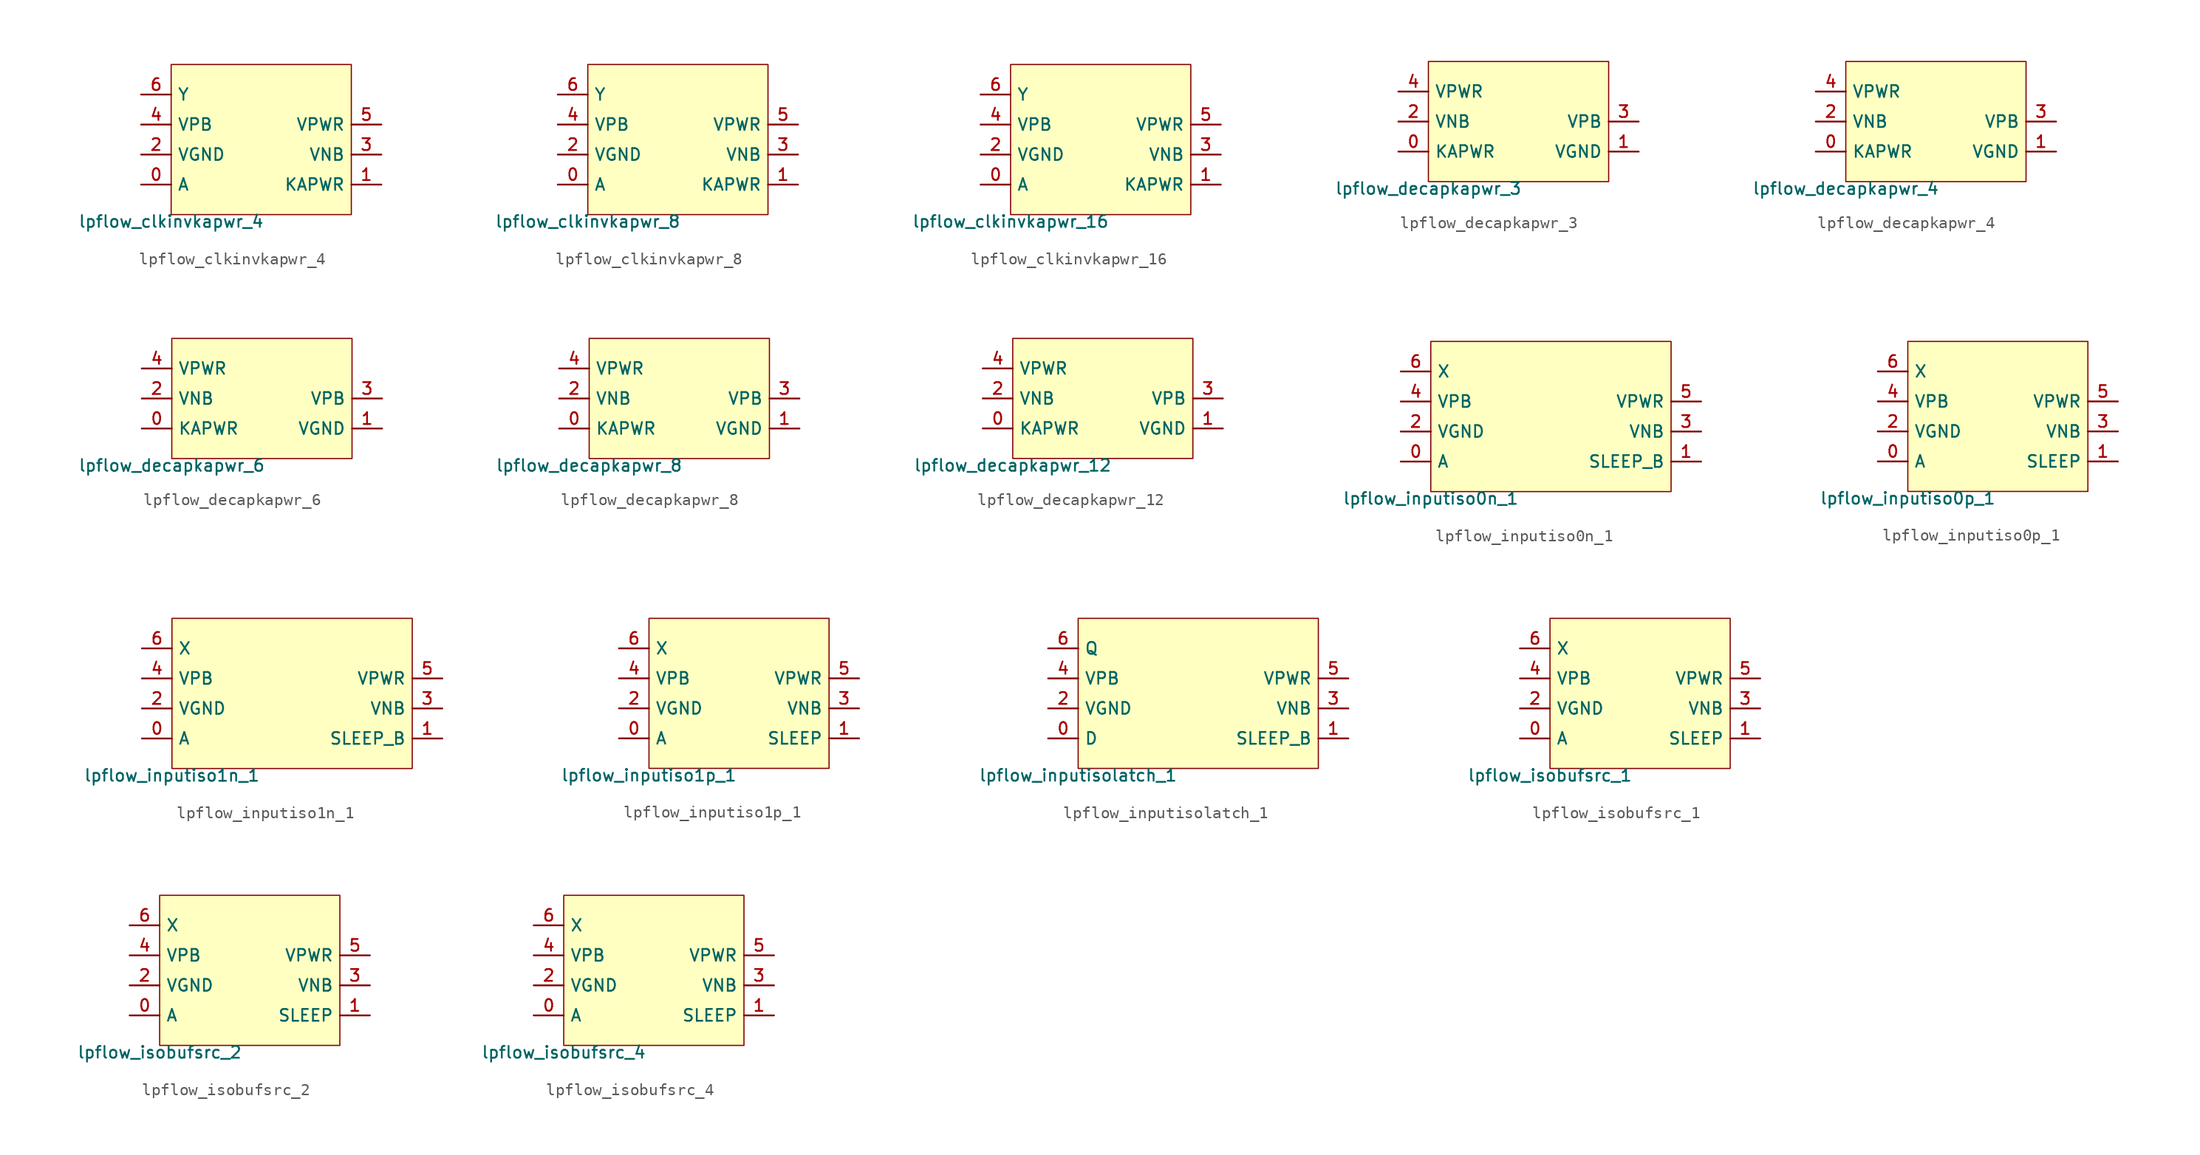
<source format=kicad_sym>
(kicad_symbol_lib
  (version 20211014)
  (generator pdk2kicad)
  (symbol "lpflow_clkinvkapwr_4"
    (property "Reference" "X"
      (at 0 0 0)
      (effects (font (size 1 1)) hide))
    (property "Value" "lpflow_clkinvkapwr_4"
      (at -7.62 -6.35 0)
      (effects (font (size 1 1)) (justify top)))
    (rectangle
      (start -7.62 -6.35)
      (end 7.62 6.35)
      (stroke (width 0.1) (type solid) (color 0 0 0 0))
      (fill (type background)))
    (pin bidirectional line
      (at -10.16 -3.81 0)
      (length 2.54)
      (name "A" (effects (font (size 1 1)) hide))
      (number "0" (effects (font (size 1 1)) hide)))
    (pin bidirectional line
      (at 10.16 -3.81 180)
      (length 2.54)
      (name "KAPWR" (effects (font (size 1 1)) hide))
      (number "1" (effects (font (size 1 1)) hide)))
    (pin bidirectional line
      (at -10.16 -1.27 0)
      (length 2.54)
      (name "VGND" (effects (font (size 1 1)) hide))
      (number "2" (effects (font (size 1 1)) hide)))
    (pin bidirectional line
      (at 10.16 -1.27 180)
      (length 2.54)
      (name "VNB" (effects (font (size 1 1)) hide))
      (number "3" (effects (font (size 1 1)) hide)))
    (pin bidirectional line
      (at -10.16 1.27 0)
      (length 2.54)
      (name "VPB" (effects (font (size 1 1)) hide))
      (number "4" (effects (font (size 1 1)) hide)))
    (pin bidirectional line
      (at 10.16 1.27 180)
      (length 2.54)
      (name "VPWR" (effects (font (size 1 1)) hide))
      (number "5" (effects (font (size 1 1)) hide)))
    (pin bidirectional line
      (at -10.16 3.81 0)
      (length 2.54)
      (name "Y" (effects (font (size 1 1)) hide))
      (number "6" (effects (font (size 1 1)) hide))))
  (symbol "lpflow_clkinvkapwr_8"
    (property "Reference" "X"
      (at 0 0 0)
      (effects (font (size 1 1)) hide))
    (property "Value" "lpflow_clkinvkapwr_8"
      (at -7.62 -6.35 0)
      (effects (font (size 1 1)) (justify top)))
    (rectangle
      (start -7.62 -6.35)
      (end 7.62 6.35)
      (stroke (width 0.1) (type solid) (color 0 0 0 0))
      (fill (type background)))
    (pin bidirectional line
      (at -10.16 -3.81 0)
      (length 2.54)
      (name "A" (effects (font (size 1 1)) hide))
      (number "0" (effects (font (size 1 1)) hide)))
    (pin bidirectional line
      (at 10.16 -3.81 180)
      (length 2.54)
      (name "KAPWR" (effects (font (size 1 1)) hide))
      (number "1" (effects (font (size 1 1)) hide)))
    (pin bidirectional line
      (at -10.16 -1.27 0)
      (length 2.54)
      (name "VGND" (effects (font (size 1 1)) hide))
      (number "2" (effects (font (size 1 1)) hide)))
    (pin bidirectional line
      (at 10.16 -1.27 180)
      (length 2.54)
      (name "VNB" (effects (font (size 1 1)) hide))
      (number "3" (effects (font (size 1 1)) hide)))
    (pin bidirectional line
      (at -10.16 1.27 0)
      (length 2.54)
      (name "VPB" (effects (font (size 1 1)) hide))
      (number "4" (effects (font (size 1 1)) hide)))
    (pin bidirectional line
      (at 10.16 1.27 180)
      (length 2.54)
      (name "VPWR" (effects (font (size 1 1)) hide))
      (number "5" (effects (font (size 1 1)) hide)))
    (pin bidirectional line
      (at -10.16 3.81 0)
      (length 2.54)
      (name "Y" (effects (font (size 1 1)) hide))
      (number "6" (effects (font (size 1 1)) hide))))
  (symbol "lpflow_clkinvkapwr_16"
    (property "Reference" "X"
      (at 0 0 0)
      (effects (font (size 1 1)) hide))
    (property "Value" "lpflow_clkinvkapwr_16"
      (at -7.62 -6.35 0)
      (effects (font (size 1 1)) (justify top)))
    (rectangle
      (start -7.62 -6.35)
      (end 7.62 6.35)
      (stroke (width 0.1) (type solid) (color 0 0 0 0))
      (fill (type background)))
    (pin bidirectional line
      (at -10.16 -3.81 0)
      (length 2.54)
      (name "A" (effects (font (size 1 1)) hide))
      (number "0" (effects (font (size 1 1)) hide)))
    (pin bidirectional line
      (at 10.16 -3.81 180)
      (length 2.54)
      (name "KAPWR" (effects (font (size 1 1)) hide))
      (number "1" (effects (font (size 1 1)) hide)))
    (pin bidirectional line
      (at -10.16 -1.27 0)
      (length 2.54)
      (name "VGND" (effects (font (size 1 1)) hide))
      (number "2" (effects (font (size 1 1)) hide)))
    (pin bidirectional line
      (at 10.16 -1.27 180)
      (length 2.54)
      (name "VNB" (effects (font (size 1 1)) hide))
      (number "3" (effects (font (size 1 1)) hide)))
    (pin bidirectional line
      (at -10.16 1.27 0)
      (length 2.54)
      (name "VPB" (effects (font (size 1 1)) hide))
      (number "4" (effects (font (size 1 1)) hide)))
    (pin bidirectional line
      (at 10.16 1.27 180)
      (length 2.54)
      (name "VPWR" (effects (font (size 1 1)) hide))
      (number "5" (effects (font (size 1 1)) hide)))
    (pin bidirectional line
      (at -10.16 3.81 0)
      (length 2.54)
      (name "Y" (effects (font (size 1 1)) hide))
      (number "6" (effects (font (size 1 1)) hide))))
  (symbol "lpflow_decapkapwr_3"
    (property "Reference" "X"
      (at 0 0 0)
      (effects (font (size 1 1)) hide))
    (property "Value" "lpflow_decapkapwr_3"
      (at -7.62 -5.08 0)
      (effects (font (size 1 1)) (justify top)))
    (rectangle
      (start -7.62 -5.08)
      (end 7.62 5.08)
      (stroke (width 0.1) (type solid) (color 0 0 0 0))
      (fill (type background)))
    (pin bidirectional line
      (at -10.16 -2.54 0)
      (length 2.54)
      (name "KAPWR" (effects (font (size 1 1)) hide))
      (number "0" (effects (font (size 1 1)) hide)))
    (pin bidirectional line
      (at 10.16 -2.54 180)
      (length 2.54)
      (name "VGND" (effects (font (size 1 1)) hide))
      (number "1" (effects (font (size 1 1)) hide)))
    (pin bidirectional line
      (at -10.16 0.0 0)
      (length 2.54)
      (name "VNB" (effects (font (size 1 1)) hide))
      (number "2" (effects (font (size 1 1)) hide)))
    (pin bidirectional line
      (at 10.16 0.0 180)
      (length 2.54)
      (name "VPB" (effects (font (size 1 1)) hide))
      (number "3" (effects (font (size 1 1)) hide)))
    (pin bidirectional line
      (at -10.16 2.54 0)
      (length 2.54)
      (name "VPWR" (effects (font (size 1 1)) hide))
      (number "4" (effects (font (size 1 1)) hide))))
  (symbol "lpflow_decapkapwr_4"
    (property "Reference" "X"
      (at 0 0 0)
      (effects (font (size 1 1)) hide))
    (property "Value" "lpflow_decapkapwr_4"
      (at -7.62 -5.08 0)
      (effects (font (size 1 1)) (justify top)))
    (rectangle
      (start -7.62 -5.08)
      (end 7.62 5.08)
      (stroke (width 0.1) (type solid) (color 0 0 0 0))
      (fill (type background)))
    (pin bidirectional line
      (at -10.16 -2.54 0)
      (length 2.54)
      (name "KAPWR" (effects (font (size 1 1)) hide))
      (number "0" (effects (font (size 1 1)) hide)))
    (pin bidirectional line
      (at 10.16 -2.54 180)
      (length 2.54)
      (name "VGND" (effects (font (size 1 1)) hide))
      (number "1" (effects (font (size 1 1)) hide)))
    (pin bidirectional line
      (at -10.16 0.0 0)
      (length 2.54)
      (name "VNB" (effects (font (size 1 1)) hide))
      (number "2" (effects (font (size 1 1)) hide)))
    (pin bidirectional line
      (at 10.16 0.0 180)
      (length 2.54)
      (name "VPB" (effects (font (size 1 1)) hide))
      (number "3" (effects (font (size 1 1)) hide)))
    (pin bidirectional line
      (at -10.16 2.54 0)
      (length 2.54)
      (name "VPWR" (effects (font (size 1 1)) hide))
      (number "4" (effects (font (size 1 1)) hide))))
  (symbol "lpflow_decapkapwr_6"
    (property "Reference" "X"
      (at 0 0 0)
      (effects (font (size 1 1)) hide))
    (property "Value" "lpflow_decapkapwr_6"
      (at -7.62 -5.08 0)
      (effects (font (size 1 1)) (justify top)))
    (rectangle
      (start -7.62 -5.08)
      (end 7.62 5.08)
      (stroke (width 0.1) (type solid) (color 0 0 0 0))
      (fill (type background)))
    (pin bidirectional line
      (at -10.16 -2.54 0)
      (length 2.54)
      (name "KAPWR" (effects (font (size 1 1)) hide))
      (number "0" (effects (font (size 1 1)) hide)))
    (pin bidirectional line
      (at 10.16 -2.54 180)
      (length 2.54)
      (name "VGND" (effects (font (size 1 1)) hide))
      (number "1" (effects (font (size 1 1)) hide)))
    (pin bidirectional line
      (at -10.16 0.0 0)
      (length 2.54)
      (name "VNB" (effects (font (size 1 1)) hide))
      (number "2" (effects (font (size 1 1)) hide)))
    (pin bidirectional line
      (at 10.16 0.0 180)
      (length 2.54)
      (name "VPB" (effects (font (size 1 1)) hide))
      (number "3" (effects (font (size 1 1)) hide)))
    (pin bidirectional line
      (at -10.16 2.54 0)
      (length 2.54)
      (name "VPWR" (effects (font (size 1 1)) hide))
      (number "4" (effects (font (size 1 1)) hide))))
  (symbol "lpflow_decapkapwr_8"
    (property "Reference" "X"
      (at 0 0 0)
      (effects (font (size 1 1)) hide))
    (property "Value" "lpflow_decapkapwr_8"
      (at -7.62 -5.08 0)
      (effects (font (size 1 1)) (justify top)))
    (rectangle
      (start -7.62 -5.08)
      (end 7.62 5.08)
      (stroke (width 0.1) (type solid) (color 0 0 0 0))
      (fill (type background)))
    (pin bidirectional line
      (at -10.16 -2.54 0)
      (length 2.54)
      (name "KAPWR" (effects (font (size 1 1)) hide))
      (number "0" (effects (font (size 1 1)) hide)))
    (pin bidirectional line
      (at 10.16 -2.54 180)
      (length 2.54)
      (name "VGND" (effects (font (size 1 1)) hide))
      (number "1" (effects (font (size 1 1)) hide)))
    (pin bidirectional line
      (at -10.16 0.0 0)
      (length 2.54)
      (name "VNB" (effects (font (size 1 1)) hide))
      (number "2" (effects (font (size 1 1)) hide)))
    (pin bidirectional line
      (at 10.16 0.0 180)
      (length 2.54)
      (name "VPB" (effects (font (size 1 1)) hide))
      (number "3" (effects (font (size 1 1)) hide)))
    (pin bidirectional line
      (at -10.16 2.54 0)
      (length 2.54)
      (name "VPWR" (effects (font (size 1 1)) hide))
      (number "4" (effects (font (size 1 1)) hide))))
  (symbol "lpflow_decapkapwr_12"
    (property "Reference" "X"
      (at 0 0 0)
      (effects (font (size 1 1)) hide))
    (property "Value" "lpflow_decapkapwr_12"
      (at -7.62 -5.08 0)
      (effects (font (size 1 1)) (justify top)))
    (rectangle
      (start -7.62 -5.08)
      (end 7.62 5.08)
      (stroke (width 0.1) (type solid) (color 0 0 0 0))
      (fill (type background)))
    (pin bidirectional line
      (at -10.16 -2.54 0)
      (length 2.54)
      (name "KAPWR" (effects (font (size 1 1)) hide))
      (number "0" (effects (font (size 1 1)) hide)))
    (pin bidirectional line
      (at 10.16 -2.54 180)
      (length 2.54)
      (name "VGND" (effects (font (size 1 1)) hide))
      (number "1" (effects (font (size 1 1)) hide)))
    (pin bidirectional line
      (at -10.16 0.0 0)
      (length 2.54)
      (name "VNB" (effects (font (size 1 1)) hide))
      (number "2" (effects (font (size 1 1)) hide)))
    (pin bidirectional line
      (at 10.16 0.0 180)
      (length 2.54)
      (name "VPB" (effects (font (size 1 1)) hide))
      (number "3" (effects (font (size 1 1)) hide)))
    (pin bidirectional line
      (at -10.16 2.54 0)
      (length 2.54)
      (name "VPWR" (effects (font (size 1 1)) hide))
      (number "4" (effects (font (size 1 1)) hide))))
  (symbol "lpflow_inputiso0n_1"
    (property "Reference" "X"
      (at 0 0 0)
      (effects (font (size 1 1)) hide))
    (property "Value" "lpflow_inputiso0n_1"
      (at -10.16 -6.35 0)
      (effects (font (size 1 1)) (justify top)))
    (rectangle
      (start -10.16 -6.35)
      (end 10.16 6.35)
      (stroke (width 0.1) (type solid) (color 0 0 0 0))
      (fill (type background)))
    (pin bidirectional line
      (at -12.7 -3.81 0)
      (length 2.54)
      (name "A" (effects (font (size 1 1)) hide))
      (number "0" (effects (font (size 1 1)) hide)))
    (pin bidirectional line
      (at 12.7 -3.81 180)
      (length 2.54)
      (name "SLEEP_B" (effects (font (size 1 1)) hide))
      (number "1" (effects (font (size 1 1)) hide)))
    (pin bidirectional line
      (at -12.7 -1.27 0)
      (length 2.54)
      (name "VGND" (effects (font (size 1 1)) hide))
      (number "2" (effects (font (size 1 1)) hide)))
    (pin bidirectional line
      (at 12.7 -1.27 180)
      (length 2.54)
      (name "VNB" (effects (font (size 1 1)) hide))
      (number "3" (effects (font (size 1 1)) hide)))
    (pin bidirectional line
      (at -12.7 1.27 0)
      (length 2.54)
      (name "VPB" (effects (font (size 1 1)) hide))
      (number "4" (effects (font (size 1 1)) hide)))
    (pin bidirectional line
      (at 12.7 1.27 180)
      (length 2.54)
      (name "VPWR" (effects (font (size 1 1)) hide))
      (number "5" (effects (font (size 1 1)) hide)))
    (pin bidirectional line
      (at -12.7 3.81 0)
      (length 2.54)
      (name "X" (effects (font (size 1 1)) hide))
      (number "6" (effects (font (size 1 1)) hide))))
  (symbol "lpflow_inputiso0p_1"
    (property "Reference" "X"
      (at 0 0 0)
      (effects (font (size 1 1)) hide))
    (property "Value" "lpflow_inputiso0p_1"
      (at -7.62 -6.35 0)
      (effects (font (size 1 1)) (justify top)))
    (rectangle
      (start -7.62 -6.35)
      (end 7.62 6.35)
      (stroke (width 0.1) (type solid) (color 0 0 0 0))
      (fill (type background)))
    (pin bidirectional line
      (at -10.16 -3.81 0)
      (length 2.54)
      (name "A" (effects (font (size 1 1)) hide))
      (number "0" (effects (font (size 1 1)) hide)))
    (pin bidirectional line
      (at 10.16 -3.81 180)
      (length 2.54)
      (name "SLEEP" (effects (font (size 1 1)) hide))
      (number "1" (effects (font (size 1 1)) hide)))
    (pin bidirectional line
      (at -10.16 -1.27 0)
      (length 2.54)
      (name "VGND" (effects (font (size 1 1)) hide))
      (number "2" (effects (font (size 1 1)) hide)))
    (pin bidirectional line
      (at 10.16 -1.27 180)
      (length 2.54)
      (name "VNB" (effects (font (size 1 1)) hide))
      (number "3" (effects (font (size 1 1)) hide)))
    (pin bidirectional line
      (at -10.16 1.27 0)
      (length 2.54)
      (name "VPB" (effects (font (size 1 1)) hide))
      (number "4" (effects (font (size 1 1)) hide)))
    (pin bidirectional line
      (at 10.16 1.27 180)
      (length 2.54)
      (name "VPWR" (effects (font (size 1 1)) hide))
      (number "5" (effects (font (size 1 1)) hide)))
    (pin bidirectional line
      (at -10.16 3.81 0)
      (length 2.54)
      (name "X" (effects (font (size 1 1)) hide))
      (number "6" (effects (font (size 1 1)) hide))))
  (symbol "lpflow_inputiso1n_1"
    (property "Reference" "X"
      (at 0 0 0)
      (effects (font (size 1 1)) hide))
    (property "Value" "lpflow_inputiso1n_1"
      (at -10.16 -6.35 0)
      (effects (font (size 1 1)) (justify top)))
    (rectangle
      (start -10.16 -6.35)
      (end 10.16 6.35)
      (stroke (width 0.1) (type solid) (color 0 0 0 0))
      (fill (type background)))
    (pin bidirectional line
      (at -12.7 -3.81 0)
      (length 2.54)
      (name "A" (effects (font (size 1 1)) hide))
      (number "0" (effects (font (size 1 1)) hide)))
    (pin bidirectional line
      (at 12.7 -3.81 180)
      (length 2.54)
      (name "SLEEP_B" (effects (font (size 1 1)) hide))
      (number "1" (effects (font (size 1 1)) hide)))
    (pin bidirectional line
      (at -12.7 -1.27 0)
      (length 2.54)
      (name "VGND" (effects (font (size 1 1)) hide))
      (number "2" (effects (font (size 1 1)) hide)))
    (pin bidirectional line
      (at 12.7 -1.27 180)
      (length 2.54)
      (name "VNB" (effects (font (size 1 1)) hide))
      (number "3" (effects (font (size 1 1)) hide)))
    (pin bidirectional line
      (at -12.7 1.27 0)
      (length 2.54)
      (name "VPB" (effects (font (size 1 1)) hide))
      (number "4" (effects (font (size 1 1)) hide)))
    (pin bidirectional line
      (at 12.7 1.27 180)
      (length 2.54)
      (name "VPWR" (effects (font (size 1 1)) hide))
      (number "5" (effects (font (size 1 1)) hide)))
    (pin bidirectional line
      (at -12.7 3.81 0)
      (length 2.54)
      (name "X" (effects (font (size 1 1)) hide))
      (number "6" (effects (font (size 1 1)) hide))))
  (symbol "lpflow_inputiso1p_1"
    (property "Reference" "X"
      (at 0 0 0)
      (effects (font (size 1 1)) hide))
    (property "Value" "lpflow_inputiso1p_1"
      (at -7.62 -6.35 0)
      (effects (font (size 1 1)) (justify top)))
    (rectangle
      (start -7.62 -6.35)
      (end 7.62 6.35)
      (stroke (width 0.1) (type solid) (color 0 0 0 0))
      (fill (type background)))
    (pin bidirectional line
      (at -10.16 -3.81 0)
      (length 2.54)
      (name "A" (effects (font (size 1 1)) hide))
      (number "0" (effects (font (size 1 1)) hide)))
    (pin bidirectional line
      (at 10.16 -3.81 180)
      (length 2.54)
      (name "SLEEP" (effects (font (size 1 1)) hide))
      (number "1" (effects (font (size 1 1)) hide)))
    (pin bidirectional line
      (at -10.16 -1.27 0)
      (length 2.54)
      (name "VGND" (effects (font (size 1 1)) hide))
      (number "2" (effects (font (size 1 1)) hide)))
    (pin bidirectional line
      (at 10.16 -1.27 180)
      (length 2.54)
      (name "VNB" (effects (font (size 1 1)) hide))
      (number "3" (effects (font (size 1 1)) hide)))
    (pin bidirectional line
      (at -10.16 1.27 0)
      (length 2.54)
      (name "VPB" (effects (font (size 1 1)) hide))
      (number "4" (effects (font (size 1 1)) hide)))
    (pin bidirectional line
      (at 10.16 1.27 180)
      (length 2.54)
      (name "VPWR" (effects (font (size 1 1)) hide))
      (number "5" (effects (font (size 1 1)) hide)))
    (pin bidirectional line
      (at -10.16 3.81 0)
      (length 2.54)
      (name "X" (effects (font (size 1 1)) hide))
      (number "6" (effects (font (size 1 1)) hide))))
  (symbol "lpflow_inputisolatch_1"
    (property "Reference" "X"
      (at 0 0 0)
      (effects (font (size 1 1)) hide))
    (property "Value" "lpflow_inputisolatch_1"
      (at -10.16 -6.35 0)
      (effects (font (size 1 1)) (justify top)))
    (rectangle
      (start -10.16 -6.35)
      (end 10.16 6.35)
      (stroke (width 0.1) (type solid) (color 0 0 0 0))
      (fill (type background)))
    (pin bidirectional line
      (at -12.7 -3.81 0)
      (length 2.54)
      (name "D" (effects (font (size 1 1)) hide))
      (number "0" (effects (font (size 1 1)) hide)))
    (pin bidirectional line
      (at 12.7 -3.81 180)
      (length 2.54)
      (name "SLEEP_B" (effects (font (size 1 1)) hide))
      (number "1" (effects (font (size 1 1)) hide)))
    (pin bidirectional line
      (at -12.7 -1.27 0)
      (length 2.54)
      (name "VGND" (effects (font (size 1 1)) hide))
      (number "2" (effects (font (size 1 1)) hide)))
    (pin bidirectional line
      (at 12.7 -1.27 180)
      (length 2.54)
      (name "VNB" (effects (font (size 1 1)) hide))
      (number "3" (effects (font (size 1 1)) hide)))
    (pin bidirectional line
      (at -12.7 1.27 0)
      (length 2.54)
      (name "VPB" (effects (font (size 1 1)) hide))
      (number "4" (effects (font (size 1 1)) hide)))
    (pin bidirectional line
      (at 12.7 1.27 180)
      (length 2.54)
      (name "VPWR" (effects (font (size 1 1)) hide))
      (number "5" (effects (font (size 1 1)) hide)))
    (pin bidirectional line
      (at -12.7 3.81 0)
      (length 2.54)
      (name "Q" (effects (font (size 1 1)) hide))
      (number "6" (effects (font (size 1 1)) hide))))
  (symbol "lpflow_isobufsrc_1"
    (property "Reference" "X"
      (at 0 0 0)
      (effects (font (size 1 1)) hide))
    (property "Value" "lpflow_isobufsrc_1"
      (at -7.62 -6.35 0)
      (effects (font (size 1 1)) (justify top)))
    (rectangle
      (start -7.62 -6.35)
      (end 7.62 6.35)
      (stroke (width 0.1) (type solid) (color 0 0 0 0))
      (fill (type background)))
    (pin bidirectional line
      (at -10.16 -3.81 0)
      (length 2.54)
      (name "A" (effects (font (size 1 1)) hide))
      (number "0" (effects (font (size 1 1)) hide)))
    (pin bidirectional line
      (at 10.16 -3.81 180)
      (length 2.54)
      (name "SLEEP" (effects (font (size 1 1)) hide))
      (number "1" (effects (font (size 1 1)) hide)))
    (pin bidirectional line
      (at -10.16 -1.27 0)
      (length 2.54)
      (name "VGND" (effects (font (size 1 1)) hide))
      (number "2" (effects (font (size 1 1)) hide)))
    (pin bidirectional line
      (at 10.16 -1.27 180)
      (length 2.54)
      (name "VNB" (effects (font (size 1 1)) hide))
      (number "3" (effects (font (size 1 1)) hide)))
    (pin bidirectional line
      (at -10.16 1.27 0)
      (length 2.54)
      (name "VPB" (effects (font (size 1 1)) hide))
      (number "4" (effects (font (size 1 1)) hide)))
    (pin bidirectional line
      (at 10.16 1.27 180)
      (length 2.54)
      (name "VPWR" (effects (font (size 1 1)) hide))
      (number "5" (effects (font (size 1 1)) hide)))
    (pin bidirectional line
      (at -10.16 3.81 0)
      (length 2.54)
      (name "X" (effects (font (size 1 1)) hide))
      (number "6" (effects (font (size 1 1)) hide))))
  (symbol "lpflow_isobufsrc_2"
    (property "Reference" "X"
      (at 0 0 0)
      (effects (font (size 1 1)) hide))
    (property "Value" "lpflow_isobufsrc_2"
      (at -7.62 -6.35 0)
      (effects (font (size 1 1)) (justify top)))
    (rectangle
      (start -7.62 -6.35)
      (end 7.62 6.35)
      (stroke (width 0.1) (type solid) (color 0 0 0 0))
      (fill (type background)))
    (pin bidirectional line
      (at -10.16 -3.81 0)
      (length 2.54)
      (name "A" (effects (font (size 1 1)) hide))
      (number "0" (effects (font (size 1 1)) hide)))
    (pin bidirectional line
      (at 10.16 -3.81 180)
      (length 2.54)
      (name "SLEEP" (effects (font (size 1 1)) hide))
      (number "1" (effects (font (size 1 1)) hide)))
    (pin bidirectional line
      (at -10.16 -1.27 0)
      (length 2.54)
      (name "VGND" (effects (font (size 1 1)) hide))
      (number "2" (effects (font (size 1 1)) hide)))
    (pin bidirectional line
      (at 10.16 -1.27 180)
      (length 2.54)
      (name "VNB" (effects (font (size 1 1)) hide))
      (number "3" (effects (font (size 1 1)) hide)))
    (pin bidirectional line
      (at -10.16 1.27 0)
      (length 2.54)
      (name "VPB" (effects (font (size 1 1)) hide))
      (number "4" (effects (font (size 1 1)) hide)))
    (pin bidirectional line
      (at 10.16 1.27 180)
      (length 2.54)
      (name "VPWR" (effects (font (size 1 1)) hide))
      (number "5" (effects (font (size 1 1)) hide)))
    (pin bidirectional line
      (at -10.16 3.81 0)
      (length 2.54)
      (name "X" (effects (font (size 1 1)) hide))
      (number "6" (effects (font (size 1 1)) hide))))
  (symbol "lpflow_isobufsrc_4"
    (property "Reference" "X"
      (at 0 0 0)
      (effects (font (size 1 1)) hide))
    (property "Value" "lpflow_isobufsrc_4"
      (at -7.62 -6.35 0)
      (effects (font (size 1 1)) (justify top)))
    (rectangle
      (start -7.62 -6.35)
      (end 7.62 6.35)
      (stroke (width 0.1) (type solid) (color 0 0 0 0))
      (fill (type background)))
    (pin bidirectional line
      (at -10.16 -3.81 0)
      (length 2.54)
      (name "A" (effects (font (size 1 1)) hide))
      (number "0" (effects (font (size 1 1)) hide)))
    (pin bidirectional line
      (at 10.16 -3.81 180)
      (length 2.54)
      (name "SLEEP" (effects (font (size 1 1)) hide))
      (number "1" (effects (font (size 1 1)) hide)))
    (pin bidirectional line
      (at -10.16 -1.27 0)
      (length 2.54)
      (name "VGND" (effects (font (size 1 1)) hide))
      (number "2" (effects (font (size 1 1)) hide)))
    (pin bidirectional line
      (at 10.16 -1.27 180)
      (length 2.54)
      (name "VNB" (effects (font (size 1 1)) hide))
      (number "3" (effects (font (size 1 1)) hide)))
    (pin bidirectional line
      (at -10.16 1.27 0)
      (length 2.54)
      (name "VPB" (effects (font (size 1 1)) hide))
      (number "4" (effects (font (size 1 1)) hide)))
    (pin bidirectional line
      (at 10.16 1.27 180)
      (length 2.54)
      (name "VPWR" (effects (font (size 1 1)) hide))
      (number "5" (effects (font (size 1 1)) hide)))
    (pin bidirectional line
      (at -10.16 3.81 0)
      (length 2.54)
      (name "X" (effects (font (size 1 1)) hide))
      (number "6" (effects (font (size 1 1)) hide)))))
</source>
